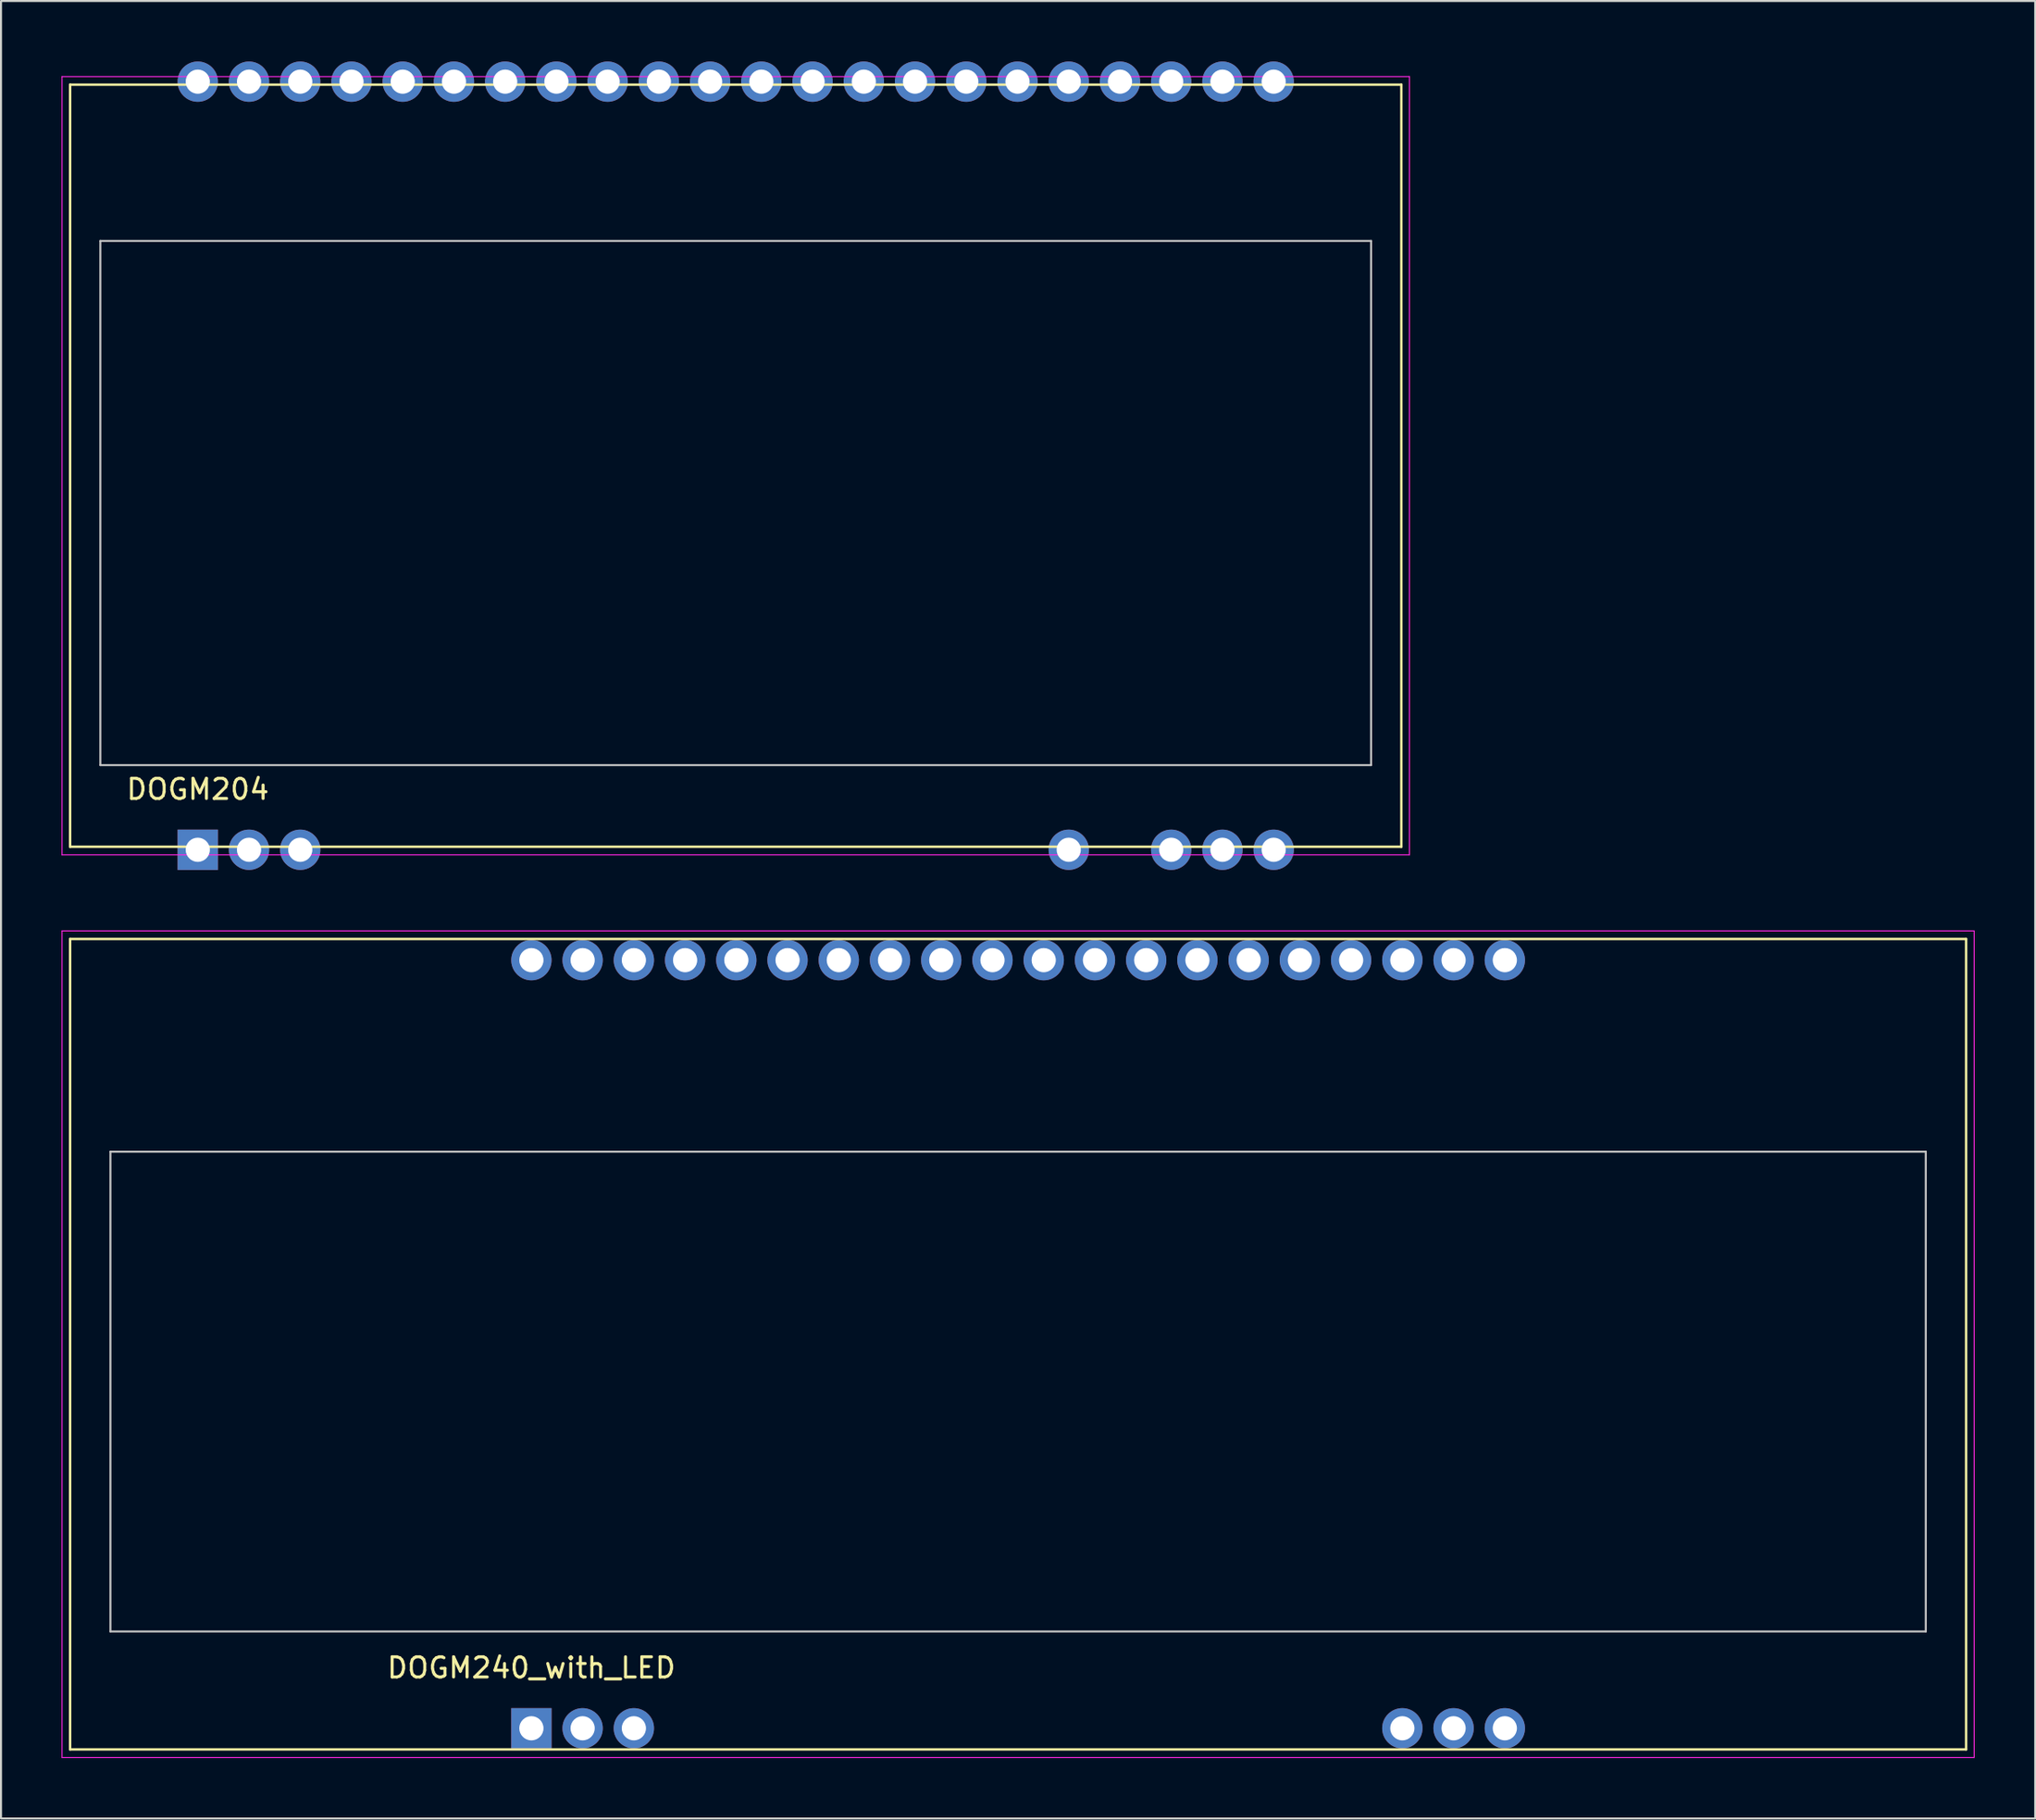
<source format=kicad_pcb>
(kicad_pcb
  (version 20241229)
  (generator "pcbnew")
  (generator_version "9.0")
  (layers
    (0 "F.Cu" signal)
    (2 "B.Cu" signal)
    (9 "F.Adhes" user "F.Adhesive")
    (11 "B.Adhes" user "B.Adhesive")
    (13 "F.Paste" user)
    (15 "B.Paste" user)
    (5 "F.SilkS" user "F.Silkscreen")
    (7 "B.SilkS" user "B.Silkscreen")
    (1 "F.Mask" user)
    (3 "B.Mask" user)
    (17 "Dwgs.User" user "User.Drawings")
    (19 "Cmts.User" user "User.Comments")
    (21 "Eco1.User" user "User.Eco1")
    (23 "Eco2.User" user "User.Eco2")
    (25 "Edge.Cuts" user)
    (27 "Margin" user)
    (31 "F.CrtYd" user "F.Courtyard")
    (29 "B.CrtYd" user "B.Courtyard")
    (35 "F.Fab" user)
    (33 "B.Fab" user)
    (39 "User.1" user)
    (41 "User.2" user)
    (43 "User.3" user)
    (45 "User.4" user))
  (footprint "DOGM204"
    (layer "F.Cu")
    (at 6.755 39.1)
    (property "Reference" "DOGM204" (at 0 -3 0) (layer "F.SilkS") (effects (font (size 1 1) (thickness 0.15))))
    (attr through_hole)
    (fp_line (start -6.33 -37.95) (end -6.33 -0.15) (stroke (width 0.12) (type solid)) (layer "F.SilkS"))
    (fp_line (start -6.33 -0.15) (end 59.67 -0.15) (stroke (width 0.12) (type solid)) (layer "F.SilkS"))
    (fp_line (start 59.67 -37.95) (end -6.33 -37.95) (stroke (width 0.12) (type solid)) (layer "F.SilkS"))
    (fp_line (start 59.67 -0.15) (end 59.67 -37.95) (stroke (width 0.12) (type solid)) (layer "F.SilkS"))
    (fp_line (start -4.83 -30.2) (end -4.83 -4.2) (stroke (width 0.1) (type solid)) (layer "Dwgs.User"))
    (fp_line (start -4.83 -4.2) (end 58.17 -4.2) (stroke (width 0.1) (type solid)) (layer "Dwgs.User"))
    (fp_line (start 58.17 -30.2) (end -4.83 -30.2) (stroke (width 0.1) (type solid)) (layer "Dwgs.User"))
    (fp_line (start 58.17 -4.2) (end 58.17 -30.2) (stroke (width 0.1) (type solid)) (layer "Dwgs.User"))
    (fp_line (start -6.73 -38.35) (end -6.73 0.25) (stroke (width 0.05) (type solid)) (layer "F.CrtYd"))
    (fp_line (start -6.73 0.25) (end 60.07 0.25) (stroke (width 0.05) (type solid)) (layer "F.CrtYd"))
    (fp_line (start 60.07 -38.35) (end -6.73 -38.35) (stroke (width 0.05) (type solid)) (layer "F.CrtYd"))
    (fp_line (start 60.07 0.25) (end 60.07 -38.35) (stroke (width 0.05) (type solid)) (layer "F.CrtYd"))
    (pad "1" thru_hole rect (at 0 0) (size 2 2) (drill 1.2) (layers "*.Cu" "*.Mask"))
    (pad "2" thru_hole circle (at 2.54 0) (size 2 2) (drill 1.2) (layers "*.Cu" "*.Mask"))
    (pad "3" thru_hole circle (at 5.08 0) (size 2 2) (drill 1.2) (layers "*.Cu" "*.Mask"))
    (pad "18" thru_hole circle (at 43.18 0) (size 2 2) (drill 1.2) (layers "*.Cu" "*.Mask"))
    (pad "20" thru_hole circle (at 48.26 0) (size 2 2) (drill 1.2) (layers "*.Cu" "*.Mask"))
    (pad "21" thru_hole circle (at 50.8 0) (size 2 2) (drill 1.2) (layers "*.Cu" "*.Mask"))
    (pad "22" thru_hole circle (at 53.34 0) (size 2 2) (drill 1.2) (layers "*.Cu" "*.Mask"))
    (pad "23" thru_hole circle (at 53.34 -38.1) (size 2 2) (drill 1.2) (layers "*.Cu" "*.Mask"))
    (pad "24" thru_hole circle (at 50.8 -38.1) (size 2 2) (drill 1.2) (layers "*.Cu" "*.Mask"))
    (pad "25" thru_hole circle (at 48.26 -38.1) (size 2 2) (drill 1.2) (layers "*.Cu" "*.Mask"))
    (pad "26" thru_hole circle (at 45.72 -38.1) (size 2 2) (drill 1.2) (layers "*.Cu" "*.Mask"))
    (pad "27" thru_hole circle (at 43.18 -38.1) (size 2 2) (drill 1.2) (layers "*.Cu" "*.Mask"))
    (pad "28" thru_hole circle (at 40.64 -38.1) (size 2 2) (drill 1.2) (layers "*.Cu" "*.Mask"))
    (pad "29" thru_hole circle (at 38.1 -38.1) (size 2 2) (drill 1.2) (layers "*.Cu" "*.Mask"))
    (pad "30" thru_hole circle (at 35.56 -38.1) (size 2 2) (drill 1.2) (layers "*.Cu" "*.Mask"))
    (pad "31" thru_hole circle (at 33.02 -38.1) (size 2 2) (drill 1.2) (layers "*.Cu" "*.Mask"))
    (pad "32" thru_hole circle (at 30.48 -38.1) (size 2 2) (drill 1.2) (layers "*.Cu" "*.Mask"))
    (pad "33" thru_hole circle (at 27.94 -38.1) (size 2 2) (drill 1.2) (layers "*.Cu" "*.Mask"))
    (pad "34" thru_hole circle (at 25.4 -38.1) (size 2 2) (drill 1.2) (layers "*.Cu" "*.Mask"))
    (pad "35" thru_hole circle (at 22.86 -38.1) (size 2 2) (drill 1.2) (layers "*.Cu" "*.Mask"))
    (pad "36" thru_hole circle (at 20.32 -38.1) (size 2 2) (drill 1.2) (layers "*.Cu" "*.Mask"))
    (pad "37" thru_hole circle (at 17.78 -38.1) (size 2 2) (drill 1.2) (layers "*.Cu" "*.Mask"))
    (pad "38" thru_hole circle (at 15.24 -38.1) (size 2 2) (drill 1.2) (layers "*.Cu" "*.Mask"))
    (pad "39" thru_hole circle (at 12.7 -38.1) (size 2 2) (drill 1.2) (layers "*.Cu" "*.Mask"))
    (pad "40" thru_hole circle (at 10.16 -38.1) (size 2 2) (drill 1.2) (layers "*.Cu" "*.Mask"))
    (pad "41" thru_hole circle (at 7.62 -38.1) (size 2 2) (drill 1.2) (layers "*.Cu" "*.Mask"))
    (pad "42" thru_hole circle (at 5.08 -38.1) (size 2 2) (drill 1.2) (layers "*.Cu" "*.Mask"))
    (pad "43" thru_hole circle (at 2.54 -38.1) (size 2 2) (drill 1.2) (layers "*.Cu" "*.Mask"))
    (pad "44" thru_hole circle (at 0 -38.1) (size 2 2) (drill 1.2) (layers "*.Cu" "*.Mask")))
  (footprint "DOGM240_with_LED"
    (layer "F.Cu")
    (at 23.295 82.675)
    (property "Reference" "DOGM240_with_LED" (at 0 -3 0) (layer "F.SilkS") (effects (font (size 1 1) (thickness 0.15))))
    (attr through_hole)
    (fp_line (start -22.87 -39.15) (end -22.87 1.05) (stroke (width 0.12) (type solid)) (layer "F.SilkS"))
    (fp_line (start -22.87 1.05) (end 71.13 1.05) (stroke (width 0.12) (type solid)) (layer "F.SilkS"))
    (fp_line (start 71.13 -39.15) (end -22.87 -39.15) (stroke (width 0.12) (type solid)) (layer "F.SilkS"))
    (fp_line (start 71.13 1.05) (end 71.13 -39.15) (stroke (width 0.12) (type solid)) (layer "F.SilkS"))
    (fp_line (start -20.87 -28.6) (end -20.87 -4.8) (stroke (width 0.1) (type solid)) (layer "Dwgs.User"))
    (fp_line (start -20.87 -4.8) (end 69.13 -4.8) (stroke (width 0.1) (type solid)) (layer "Dwgs.User"))
    (fp_line (start 69.13 -28.6) (end -20.87 -28.6) (stroke (width 0.1) (type solid)) (layer "Dwgs.User"))
    (fp_line (start 69.13 -4.8) (end 69.13 -28.6) (stroke (width 0.1) (type solid)) (layer "Dwgs.User"))
    (fp_line (start -23.27 -39.55) (end -23.27 1.45) (stroke (width 0.05) (type solid)) (layer "F.CrtYd"))
    (fp_line (start -23.27 1.45) (end 71.53 1.45) (stroke (width 0.05) (type solid)) (layer "F.CrtYd"))
    (fp_line (start 71.53 -39.55) (end -23.27 -39.55) (stroke (width 0.05) (type solid)) (layer "F.CrtYd"))
    (fp_line (start 71.53 1.45) (end 71.53 -39.55) (stroke (width 0.05) (type solid)) (layer "F.CrtYd"))
    (pad "1" thru_hole rect (at 0 0) (size 2 2) (drill 1.2) (layers "*.Cu" "*.Mask"))
    (pad "2" thru_hole circle (at 2.54 0) (size 2 2) (drill 1.2) (layers "*.Cu" "*.Mask"))
    (pad "3" thru_hole circle (at 5.08 0) (size 2 2) (drill 1.2) (layers "*.Cu" "*.Mask"))
    (pad "18" thru_hole circle (at 43.18 0) (size 2 2) (drill 1.2) (layers "*.Cu" "*.Mask"))
    (pad "19" thru_hole circle (at 45.72 0) (size 2 2) (drill 1.2) (layers "*.Cu" "*.Mask"))
    (pad "20" thru_hole circle (at 48.26 0) (size 2 2) (drill 1.2) (layers "*.Cu" "*.Mask"))
    (pad "21" thru_hole circle (at 48.26 -38.1) (size 2 2) (drill 1.2) (layers "*.Cu" "*.Mask"))
    (pad "22" thru_hole circle (at 45.72 -38.1) (size 2 2) (drill 1.2) (layers "*.Cu" "*.Mask"))
    (pad "23" thru_hole circle (at 43.18 -38.1) (size 2 2) (drill 1.2) (layers "*.Cu" "*.Mask"))
    (pad "24" thru_hole circle (at 40.64 -38.1) (size 2 2) (drill 1.2) (layers "*.Cu" "*.Mask"))
    (pad "25" thru_hole circle (at 38.1 -38.1) (size 2 2) (drill 1.2) (layers "*.Cu" "*.Mask"))
    (pad "26" thru_hole circle (at 35.56 -38.1) (size 2 2) (drill 1.2) (layers "*.Cu" "*.Mask"))
    (pad "27" thru_hole circle (at 33.02 -38.1) (size 2 2) (drill 1.2) (layers "*.Cu" "*.Mask"))
    (pad "28" thru_hole circle (at 30.48 -38.1) (size 2 2) (drill 1.2) (layers "*.Cu" "*.Mask"))
    (pad "29" thru_hole circle (at 27.94 -38.1) (size 2 2) (drill 1.2) (layers "*.Cu" "*.Mask"))
    (pad "30" thru_hole circle (at 25.4 -38.1) (size 2 2) (drill 1.2) (layers "*.Cu" "*.Mask"))
    (pad "31" thru_hole circle (at 22.86 -38.1) (size 2 2) (drill 1.2) (layers "*.Cu" "*.Mask"))
    (pad "32" thru_hole circle (at 20.32 -38.1) (size 2 2) (drill 1.2) (layers "*.Cu" "*.Mask"))
    (pad "33" thru_hole circle (at 17.78 -38.1) (size 2 2) (drill 1.2) (layers "*.Cu" "*.Mask"))
    (pad "34" thru_hole circle (at 15.24 -38.1) (size 2 2) (drill 1.2) (layers "*.Cu" "*.Mask"))
    (pad "35" thru_hole circle (at 12.7 -38.1) (size 2 2) (drill 1.2) (layers "*.Cu" "*.Mask"))
    (pad "36" thru_hole circle (at 10.16 -38.1) (size 2 2) (drill 1.2) (layers "*.Cu" "*.Mask"))
    (pad "37" thru_hole circle (at 7.62 -38.1) (size 2 2) (drill 1.2) (layers "*.Cu" "*.Mask"))
    (pad "38" thru_hole circle (at 5.08 -38.1) (size 2 2) (drill 1.2) (layers "*.Cu" "*.Mask"))
    (pad "39" thru_hole circle (at 2.54 -38.1) (size 2 2) (drill 1.2) (layers "*.Cu" "*.Mask"))
    (pad "40" thru_hole circle (at 0 -38.1) (size 2 2) (drill 1.2) (layers "*.Cu" "*.Mask")))
  (gr_rect
    (start -3 -3)
    (end 97.85 87.15)
    (stroke (width 0.1) (type default))
    (fill no)
    (layer "Edge.Cuts")))
</source>
